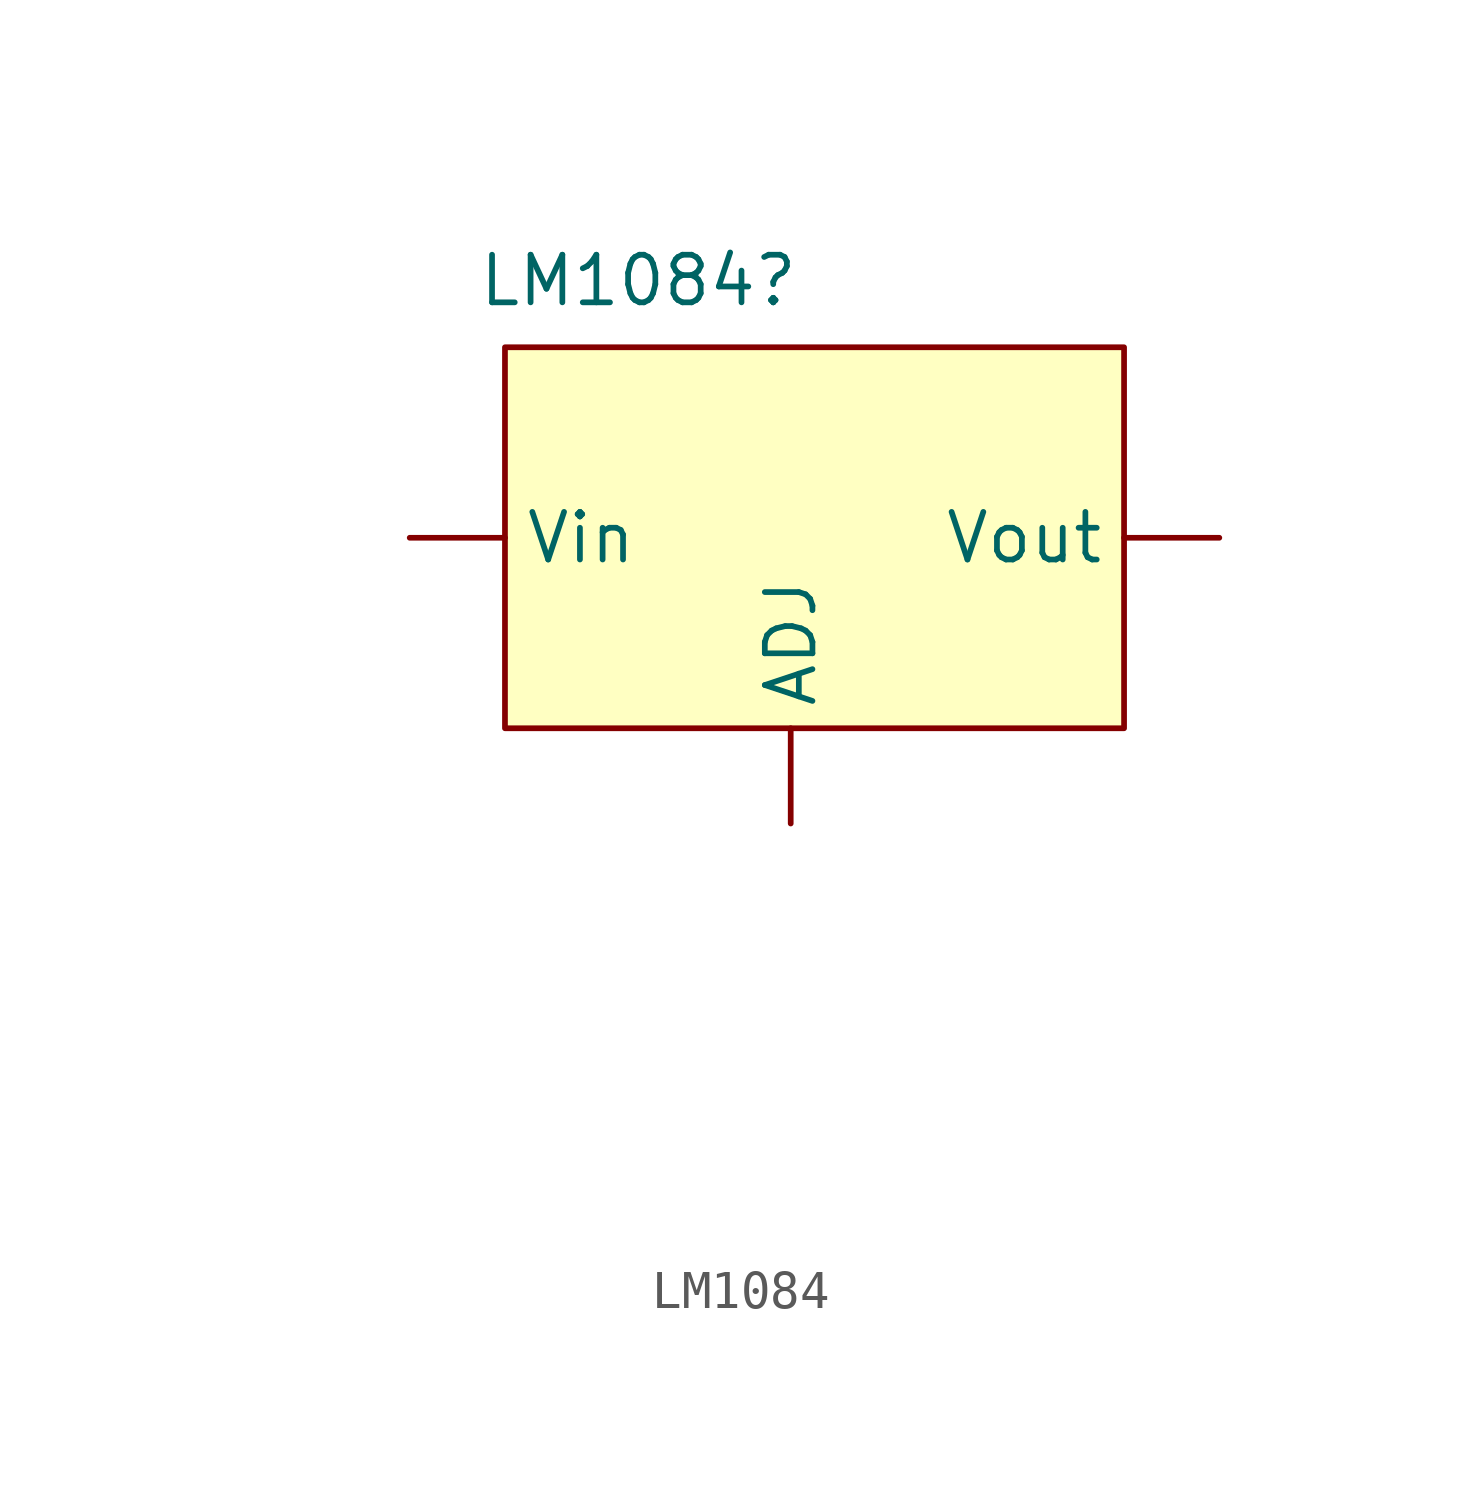
<source format=kicad_sym>
(kicad_symbol_lib
  (version 20231120)
  (generator "kicad_symbol_editor")
  (generator_version "8.0")
  (symbol "LM1084"
    (property "Reference" "LM1084"
      (at -4.064 11.938 0)
      (effects (font (size 1.27 1.27))))
    (property "Value" ""
      (at -14.224 -11.43 0)
      (effects (font (size 1.27 1.27))))
    (symbol "LM1084_1_1"
      (rectangle (start -7.62 10.16) (end 8.89 0) (stroke (width 0) (type default)) (fill (type background)))
      (pin input line (at 0 -2.54 90) (length 2.54) (name "ADJ" (effects (font (size 1.27 1.27)))) (number "" (effects (font (size 1.27 1.27)))))
      (pin power_in line (at -10.16 5.08 0) (length 2.54) (name "Vin" (effects (font (size 1.27 1.27)))) (number "" (effects (font (size 1.27 1.27)))))
      (pin power_out line (at 11.43 5.08 180) (length 2.54) (name "Vout" (effects (font (size 1.27 1.27)))) (number "" (effects (font (size 1.27 1.27))))))))
</source>
